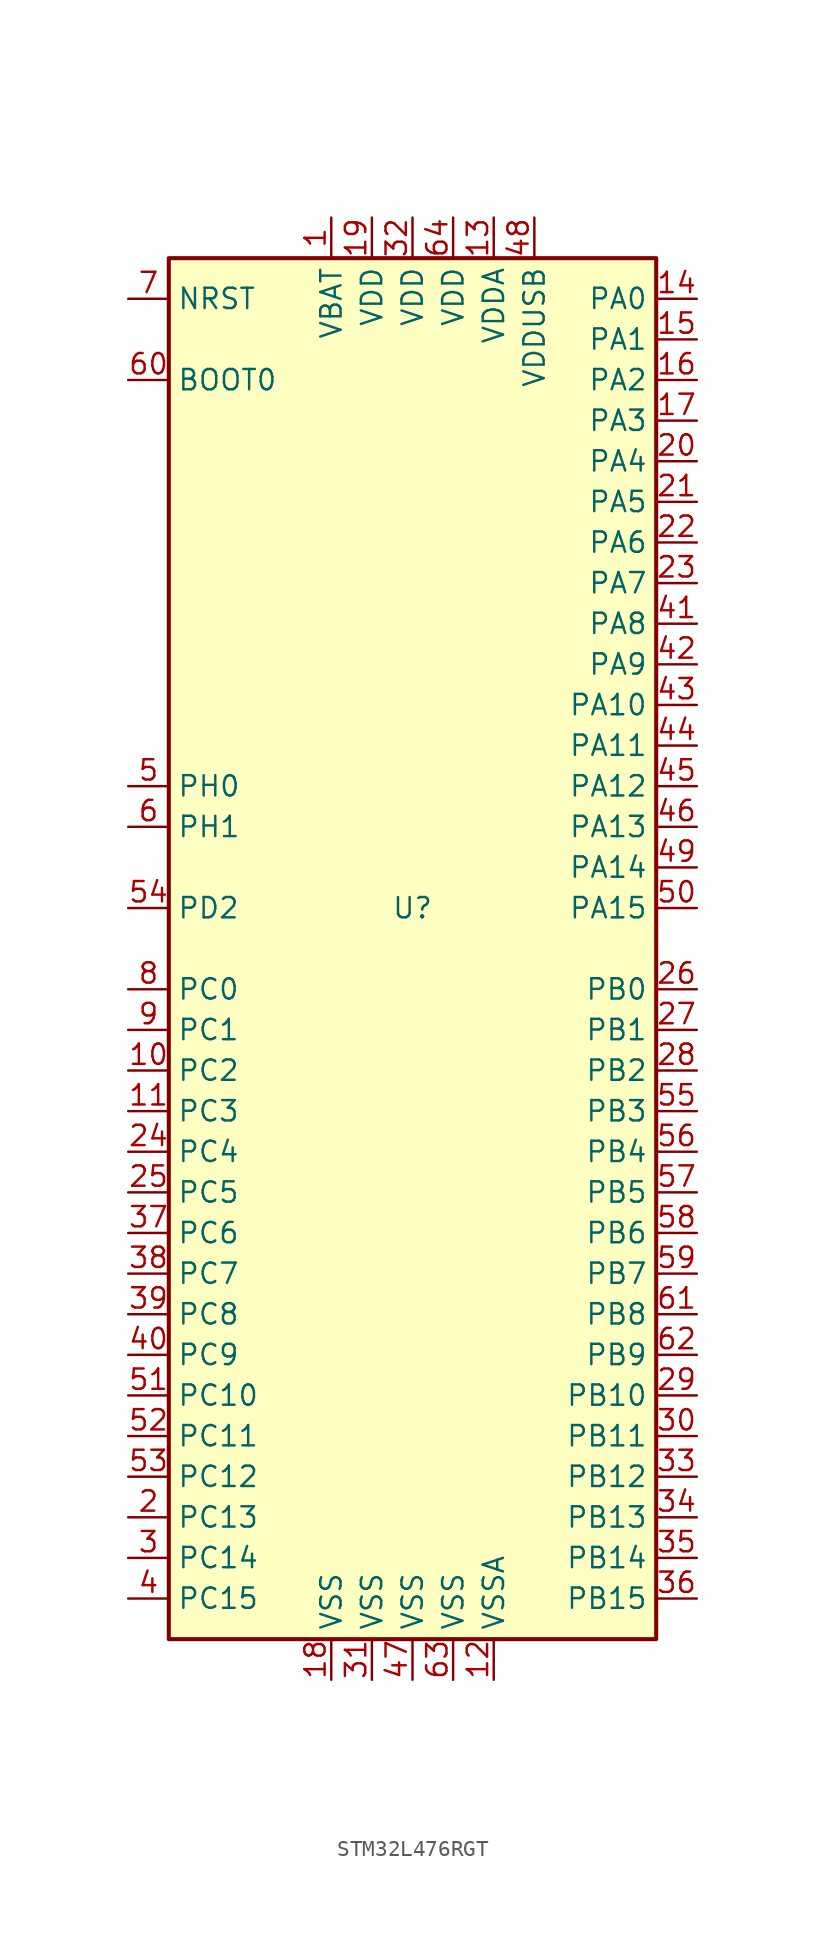
<source format=kicad_sym>
(kicad_symbol_lib
  (version 20220914)
  (generator kicad_symbol_editor)
  (symbol "STM32L476RGT"
    (property "Reference" "U"
      (at 0 0 0)
      (effects (font (size 1.27 1.27))))
    (property "Value" ""
      (at 0 0 0)
      (effects (font (size 1.27 1.27))))
    (symbol "STM32L476RGT_0_1"
      (rectangle (start -15.24 -45.72) (end 15.24 40.64) (stroke (width 0.254) (type default)) (fill (type background))))
    (symbol "STM32L476RGT_1_1"
      (pin power_in line (at -5.08 43.18 270) (length 2.54) (name "VBAT" (effects (font (size 1.27 1.27)))) (number "1" (effects (font (size 1.27 1.27)))))
      (pin bidirectional line (at -17.78 -10.16 0) (length 2.54) (name "PC2" (effects (font (size 1.27 1.27)))) (number "10" (effects (font (size 1.27 1.27)))))
      (pin bidirectional line (at -17.78 -12.7 0) (length 2.54) (name "PC3" (effects (font (size 1.27 1.27)))) (number "11" (effects (font (size 1.27 1.27)))))
      (pin power_in line (at 5.08 -48.26 90) (length 2.54) (name "VSSA" (effects (font (size 1.27 1.27)))) (number "12" (effects (font (size 1.27 1.27)))))
      (pin power_in line (at 5.08 43.18 270) (length 2.54) (name "VDDA" (effects (font (size 1.27 1.27)))) (number "13" (effects (font (size 1.27 1.27)))))
      (pin bidirectional line (at 17.78 38.1 180) (length 2.54) (name "PA0" (effects (font (size 1.27 1.27)))) (number "14" (effects (font (size 1.27 1.27)))))
      (pin bidirectional line (at 17.78 35.56 180) (length 2.54) (name "PA1" (effects (font (size 1.27 1.27)))) (number "15" (effects (font (size 1.27 1.27)))))
      (pin bidirectional line (at 17.78 33.02 180) (length 2.54) (name "PA2" (effects (font (size 1.27 1.27)))) (number "16" (effects (font (size 1.27 1.27)))))
      (pin bidirectional line (at 17.78 30.48 180) (length 2.54) (name "PA3" (effects (font (size 1.27 1.27)))) (number "17" (effects (font (size 1.27 1.27)))))
      (pin power_in line (at -5.08 -48.26 90) (length 2.54) (name "VSS" (effects (font (size 1.27 1.27)))) (number "18" (effects (font (size 1.27 1.27)))))
      (pin power_in line (at -2.54 43.18 270) (length 2.54) (name "VDD" (effects (font (size 1.27 1.27)))) (number "19" (effects (font (size 1.27 1.27)))))
      (pin bidirectional line (at -17.78 -38.1 0) (length 2.54) (name "PC13" (effects (font (size 1.27 1.27)))) (number "2" (effects (font (size 1.27 1.27)))))
      (pin bidirectional line (at 17.78 27.94 180) (length 2.54) (name "PA4" (effects (font (size 1.27 1.27)))) (number "20" (effects (font (size 1.27 1.27)))))
      (pin bidirectional line (at 17.78 25.4 180) (length 2.54) (name "PA5" (effects (font (size 1.27 1.27)))) (number "21" (effects (font (size 1.27 1.27)))))
      (pin bidirectional line (at 17.78 22.86 180) (length 2.54) (name "PA6" (effects (font (size 1.27 1.27)))) (number "22" (effects (font (size 1.27 1.27)))))
      (pin bidirectional line (at 17.78 20.32 180) (length 2.54) (name "PA7" (effects (font (size 1.27 1.27)))) (number "23" (effects (font (size 1.27 1.27)))))
      (pin bidirectional line (at -17.78 -15.24 0) (length 2.54) (name "PC4" (effects (font (size 1.27 1.27)))) (number "24" (effects (font (size 1.27 1.27)))))
      (pin bidirectional line (at -17.78 -17.78 0) (length 2.54) (name "PC5" (effects (font (size 1.27 1.27)))) (number "25" (effects (font (size 1.27 1.27)))))
      (pin bidirectional line (at 17.78 -5.08 180) (length 2.54) (name "PB0" (effects (font (size 1.27 1.27)))) (number "26" (effects (font (size 1.27 1.27)))))
      (pin bidirectional line (at 17.78 -7.62 180) (length 2.54) (name "PB1" (effects (font (size 1.27 1.27)))) (number "27" (effects (font (size 1.27 1.27)))))
      (pin bidirectional line (at 17.78 -10.16 180) (length 2.54) (name "PB2" (effects (font (size 1.27 1.27)))) (number "28" (effects (font (size 1.27 1.27)))))
      (pin bidirectional line (at 17.78 -30.48 180) (length 2.54) (name "PB10" (effects (font (size 1.27 1.27)))) (number "29" (effects (font (size 1.27 1.27)))))
      (pin bidirectional line (at -17.78 -40.64 0) (length 2.54) (name "PC14" (effects (font (size 1.27 1.27)))) (number "3" (effects (font (size 1.27 1.27)))))
      (pin bidirectional line (at 17.78 -33.02 180) (length 2.54) (name "PB11" (effects (font (size 1.27 1.27)))) (number "30" (effects (font (size 1.27 1.27)))))
      (pin power_in line (at -2.54 -48.26 90) (length 2.54) (name "VSS" (effects (font (size 1.27 1.27)))) (number "31" (effects (font (size 1.27 1.27)))))
      (pin power_in line (at 0 43.18 270) (length 2.54) (name "VDD" (effects (font (size 1.27 1.27)))) (number "32" (effects (font (size 1.27 1.27)))))
      (pin bidirectional line (at 17.78 -35.56 180) (length 2.54) (name "PB12" (effects (font (size 1.27 1.27)))) (number "33" (effects (font (size 1.27 1.27)))))
      (pin bidirectional line (at 17.78 -38.1 180) (length 2.54) (name "PB13" (effects (font (size 1.27 1.27)))) (number "34" (effects (font (size 1.27 1.27)))))
      (pin bidirectional line (at 17.78 -40.64 180) (length 2.54) (name "PB14" (effects (font (size 1.27 1.27)))) (number "35" (effects (font (size 1.27 1.27)))))
      (pin bidirectional line (at 17.78 -43.18 180) (length 2.54) (name "PB15" (effects (font (size 1.27 1.27)))) (number "36" (effects (font (size 1.27 1.27)))))
      (pin bidirectional line (at -17.78 -20.32 0) (length 2.54) (name "PC6" (effects (font (size 1.27 1.27)))) (number "37" (effects (font (size 1.27 1.27)))))
      (pin bidirectional line (at -17.78 -22.86 0) (length 2.54) (name "PC7" (effects (font (size 1.27 1.27)))) (number "38" (effects (font (size 1.27 1.27)))))
      (pin bidirectional line (at -17.78 -25.4 0) (length 2.54) (name "PC8" (effects (font (size 1.27 1.27)))) (number "39" (effects (font (size 1.27 1.27)))))
      (pin bidirectional line (at -17.78 -43.18 0) (length 2.54) (name "PC15" (effects (font (size 1.27 1.27)))) (number "4" (effects (font (size 1.27 1.27)))))
      (pin bidirectional line (at -17.78 -27.94 0) (length 2.54) (name "PC9" (effects (font (size 1.27 1.27)))) (number "40" (effects (font (size 1.27 1.27)))))
      (pin bidirectional line (at 17.78 17.78 180) (length 2.54) (name "PA8" (effects (font (size 1.27 1.27)))) (number "41" (effects (font (size 1.27 1.27)))))
      (pin bidirectional line (at 17.78 15.24 180) (length 2.54) (name "PA9" (effects (font (size 1.27 1.27)))) (number "42" (effects (font (size 1.27 1.27)))))
      (pin bidirectional line (at 17.78 12.7 180) (length 2.54) (name "PA10" (effects (font (size 1.27 1.27)))) (number "43" (effects (font (size 1.27 1.27)))))
      (pin bidirectional line (at 17.78 10.16 180) (length 2.54) (name "PA11" (effects (font (size 1.27 1.27)))) (number "44" (effects (font (size 1.27 1.27)))))
      (pin bidirectional line (at 17.78 7.62 180) (length 2.54) (name "PA12" (effects (font (size 1.27 1.27)))) (number "45" (effects (font (size 1.27 1.27)))))
      (pin bidirectional line (at 17.78 5.08 180) (length 2.54) (name "PA13" (effects (font (size 1.27 1.27)))) (number "46" (effects (font (size 1.27 1.27)))))
      (pin power_in line (at 0 -48.26 90) (length 2.54) (name "VSS" (effects (font (size 1.27 1.27)))) (number "47" (effects (font (size 1.27 1.27)))))
      (pin power_in line (at 7.62 43.18 270) (length 2.54) (name "VDDUSB" (effects (font (size 1.27 1.27)))) (number "48" (effects (font (size 1.27 1.27)))))
      (pin bidirectional line (at 17.78 2.54 180) (length 2.54) (name "PA14" (effects (font (size 1.27 1.27)))) (number "49" (effects (font (size 1.27 1.27)))))
      (pin input line (at -17.78 7.62 0) (length 2.54) (name "PH0" (effects (font (size 1.27 1.27)))) (number "5" (effects (font (size 1.27 1.27)))))
      (pin bidirectional line (at 17.78 0 180) (length 2.54) (name "PA15" (effects (font (size 1.27 1.27)))) (number "50" (effects (font (size 1.27 1.27)))))
      (pin bidirectional line (at -17.78 -30.48 0) (length 2.54) (name "PC10" (effects (font (size 1.27 1.27)))) (number "51" (effects (font (size 1.27 1.27)))))
      (pin bidirectional line (at -17.78 -33.02 0) (length 2.54) (name "PC11" (effects (font (size 1.27 1.27)))) (number "52" (effects (font (size 1.27 1.27)))))
      (pin bidirectional line (at -17.78 -35.56 0) (length 2.54) (name "PC12" (effects (font (size 1.27 1.27)))) (number "53" (effects (font (size 1.27 1.27)))))
      (pin bidirectional line (at -17.78 0 0) (length 2.54) (name "PD2" (effects (font (size 1.27 1.27)))) (number "54" (effects (font (size 1.27 1.27)))))
      (pin bidirectional line (at 17.78 -12.7 180) (length 2.54) (name "PB3" (effects (font (size 1.27 1.27)))) (number "55" (effects (font (size 1.27 1.27)))))
      (pin bidirectional line (at 17.78 -15.24 180) (length 2.54) (name "PB4" (effects (font (size 1.27 1.27)))) (number "56" (effects (font (size 1.27 1.27)))))
      (pin bidirectional line (at 17.78 -17.78 180) (length 2.54) (name "PB5" (effects (font (size 1.27 1.27)))) (number "57" (effects (font (size 1.27 1.27)))))
      (pin bidirectional line (at 17.78 -20.32 180) (length 2.54) (name "PB6" (effects (font (size 1.27 1.27)))) (number "58" (effects (font (size 1.27 1.27)))))
      (pin bidirectional line (at 17.78 -22.86 180) (length 2.54) (name "PB7" (effects (font (size 1.27 1.27)))) (number "59" (effects (font (size 1.27 1.27)))))
      (pin input line (at -17.78 5.08 0) (length 2.54) (name "PH1" (effects (font (size 1.27 1.27)))) (number "6" (effects (font (size 1.27 1.27)))))
      (pin input line (at -17.78 33.02 0) (length 2.54) (name "BOOT0" (effects (font (size 1.27 1.27)))) (number "60" (effects (font (size 1.27 1.27)))))
      (pin bidirectional line (at 17.78 -25.4 180) (length 2.54) (name "PB8" (effects (font (size 1.27 1.27)))) (number "61" (effects (font (size 1.27 1.27)))))
      (pin bidirectional line (at 17.78 -27.94 180) (length 2.54) (name "PB9" (effects (font (size 1.27 1.27)))) (number "62" (effects (font (size 1.27 1.27)))))
      (pin power_in line (at 2.54 -48.26 90) (length 2.54) (name "VSS" (effects (font (size 1.27 1.27)))) (number "63" (effects (font (size 1.27 1.27)))))
      (pin power_in line (at 2.54 43.18 270) (length 2.54) (name "VDD" (effects (font (size 1.27 1.27)))) (number "64" (effects (font (size 1.27 1.27)))))
      (pin input line (at -17.78 38.1 0) (length 2.54) (name "NRST" (effects (font (size 1.27 1.27)))) (number "7" (effects (font (size 1.27 1.27)))))
      (pin bidirectional line (at -17.78 -5.08 0) (length 2.54) (name "PC0" (effects (font (size 1.27 1.27)))) (number "8" (effects (font (size 1.27 1.27)))))
      (pin bidirectional line (at -17.78 -7.62 0) (length 2.54) (name "PC1" (effects (font (size 1.27 1.27)))) (number "9" (effects (font (size 1.27 1.27))))))))
</source>
